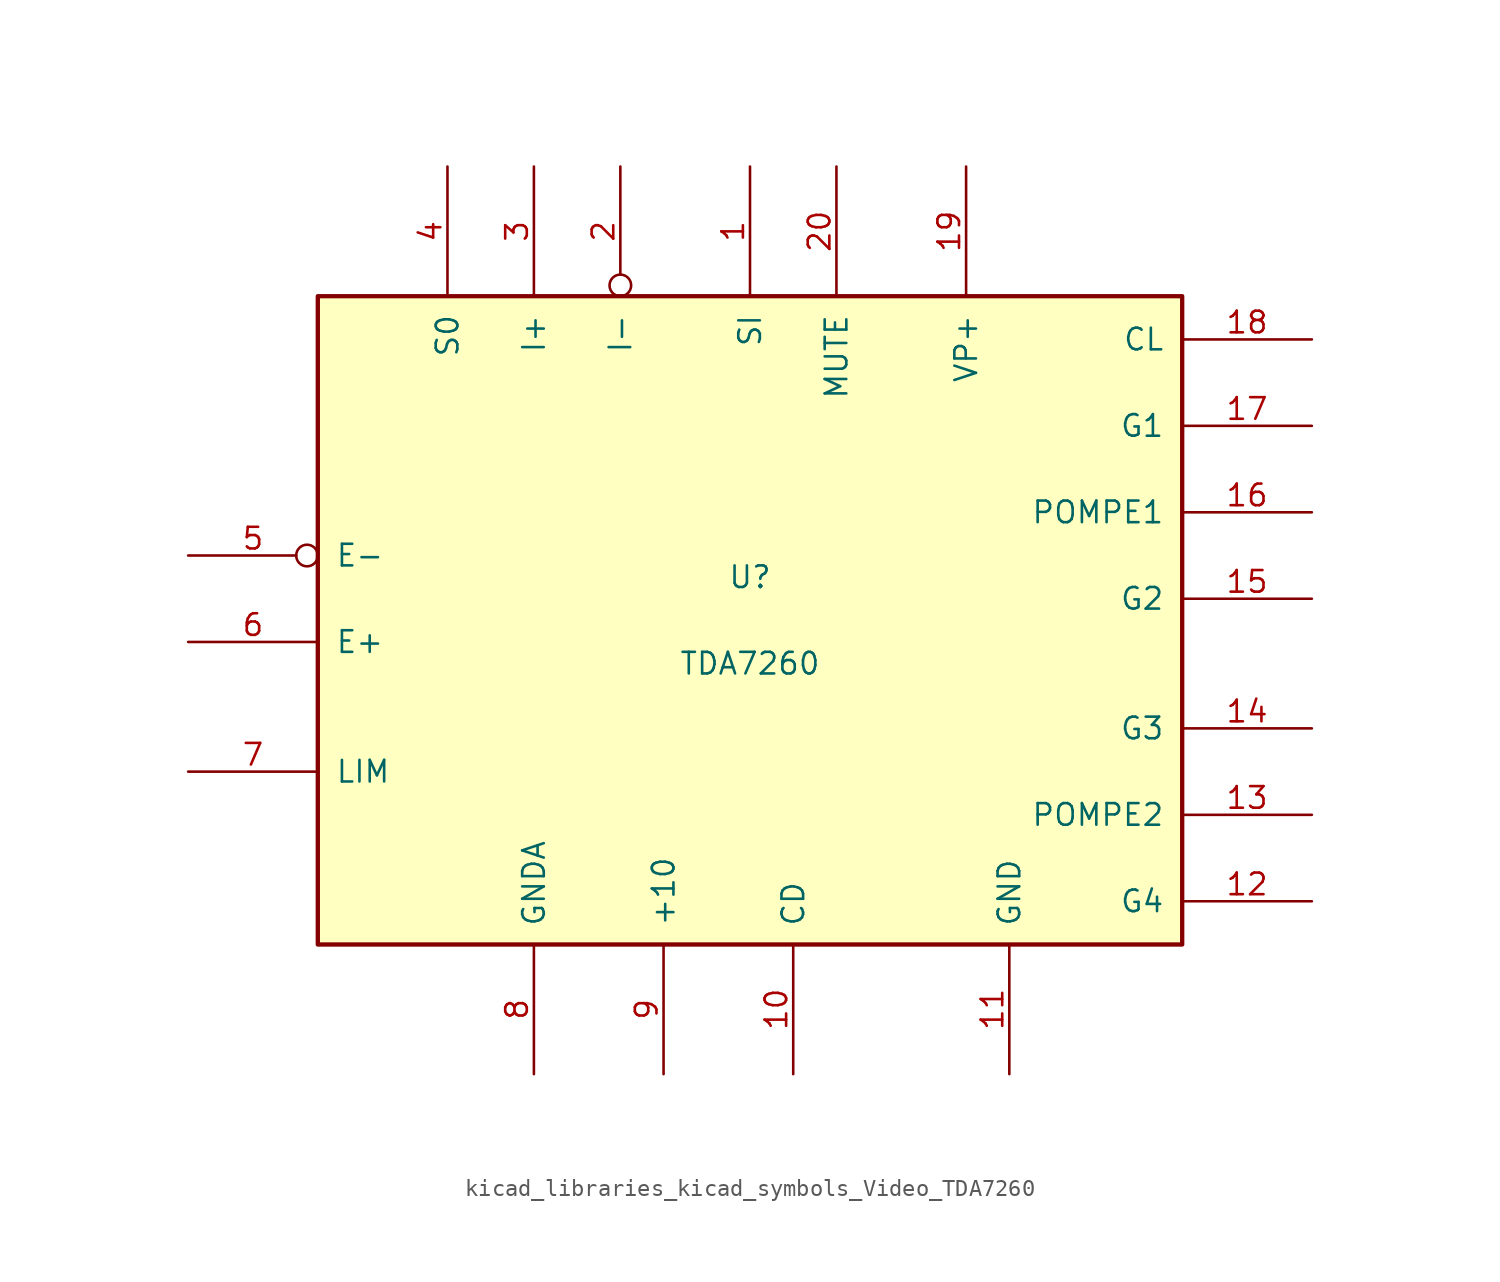
<source format=kicad_sym>
(kicad_symbol_lib
  (version 20220914)
  (generator kicad_symbol_editor)
  (symbol "kicad_libraries_kicad_symbols_Video_TDA7260"
    (pin_names
      (offset 1.016))
    (property "Reference" "U"
      (at 0 2.54 0)
      (effects (font (size 1.27 1.27))))
    (property "Value" "TDA7260"
      (at 0 -2.54 0)
      (effects (font (size 1.27 1.27))))
    (symbol "kicad_libraries_kicad_symbols_Video_TDA7260_0_1"
      (rectangle (start -25.4 -19.05) (end 25.4 19.05) (stroke (width 0.254) (type default)) (fill (type background))))
    (symbol "kicad_libraries_kicad_symbols_Video_TDA7260_1_1"
      (pin output line (at 0 26.67 270) (length 7.62) (name "SI" (effects (font (size 1.27 1.27)))) (number "1" (effects (font (size 1.27 1.27)))))
      (pin input line (at 2.54 -26.67 90) (length 7.62) (name "CD" (effects (font (size 1.27 1.27)))) (number "10" (effects (font (size 1.27 1.27)))))
      (pin power_in line (at 15.24 -26.67 90) (length 7.62) (name "GND" (effects (font (size 1.27 1.27)))) (number "11" (effects (font (size 1.27 1.27)))))
      (pin output line (at 33.02 -16.51 180) (length 7.62) (name "G4" (effects (font (size 1.27 1.27)))) (number "12" (effects (font (size 1.27 1.27)))))
      (pin input line (at 33.02 -11.43 180) (length 7.62) (name "POMPE2" (effects (font (size 1.27 1.27)))) (number "13" (effects (font (size 1.27 1.27)))))
      (pin output line (at 33.02 -6.35 180) (length 7.62) (name "G3" (effects (font (size 1.27 1.27)))) (number "14" (effects (font (size 1.27 1.27)))))
      (pin output line (at 33.02 1.27 180) (length 7.62) (name "G2" (effects (font (size 1.27 1.27)))) (number "15" (effects (font (size 1.27 1.27)))))
      (pin input line (at 33.02 6.35 180) (length 7.62) (name "POMPE1" (effects (font (size 1.27 1.27)))) (number "16" (effects (font (size 1.27 1.27)))))
      (pin output line (at 33.02 11.43 180) (length 7.62) (name "G1" (effects (font (size 1.27 1.27)))) (number "17" (effects (font (size 1.27 1.27)))))
      (pin input line (at 33.02 16.51 180) (length 7.62) (name "CL" (effects (font (size 1.27 1.27)))) (number "18" (effects (font (size 1.27 1.27)))))
      (pin input line (at 12.7 26.67 270) (length 7.62) (name "VP+" (effects (font (size 1.27 1.27)))) (number "19" (effects (font (size 1.27 1.27)))))
      (pin input inverted (at -7.62 26.67 270) (length 7.62) (name "I-" (effects (font (size 1.27 1.27)))) (number "2" (effects (font (size 1.27 1.27)))))
      (pin input line (at 5.08 26.67 270) (length 7.62) (name "MUTE" (effects (font (size 1.27 1.27)))) (number "20" (effects (font (size 1.27 1.27)))))
      (pin input line (at -12.7 26.67 270) (length 7.62) (name "I+" (effects (font (size 1.27 1.27)))) (number "3" (effects (font (size 1.27 1.27)))))
      (pin output line (at -17.78 26.67 270) (length 7.62) (name "S0" (effects (font (size 1.27 1.27)))) (number "4" (effects (font (size 1.27 1.27)))))
      (pin input inverted (at -33.02 3.81 0) (length 7.62) (name "E-" (effects (font (size 1.27 1.27)))) (number "5" (effects (font (size 1.27 1.27)))))
      (pin input line (at -33.02 -1.27 0) (length 7.62) (name "E+" (effects (font (size 1.27 1.27)))) (number "6" (effects (font (size 1.27 1.27)))))
      (pin output line (at -33.02 -8.89 0) (length 7.62) (name "LIM" (effects (font (size 1.27 1.27)))) (number "7" (effects (font (size 1.27 1.27)))))
      (pin power_in line (at -12.7 -26.67 90) (length 7.62) (name "GNDA" (effects (font (size 1.27 1.27)))) (number "8" (effects (font (size 1.27 1.27)))))
      (pin output line (at -5.08 -26.67 90) (length 7.62) (name "+10" (effects (font (size 1.27 1.27)))) (number "9" (effects (font (size 1.27 1.27))))))))
</source>
